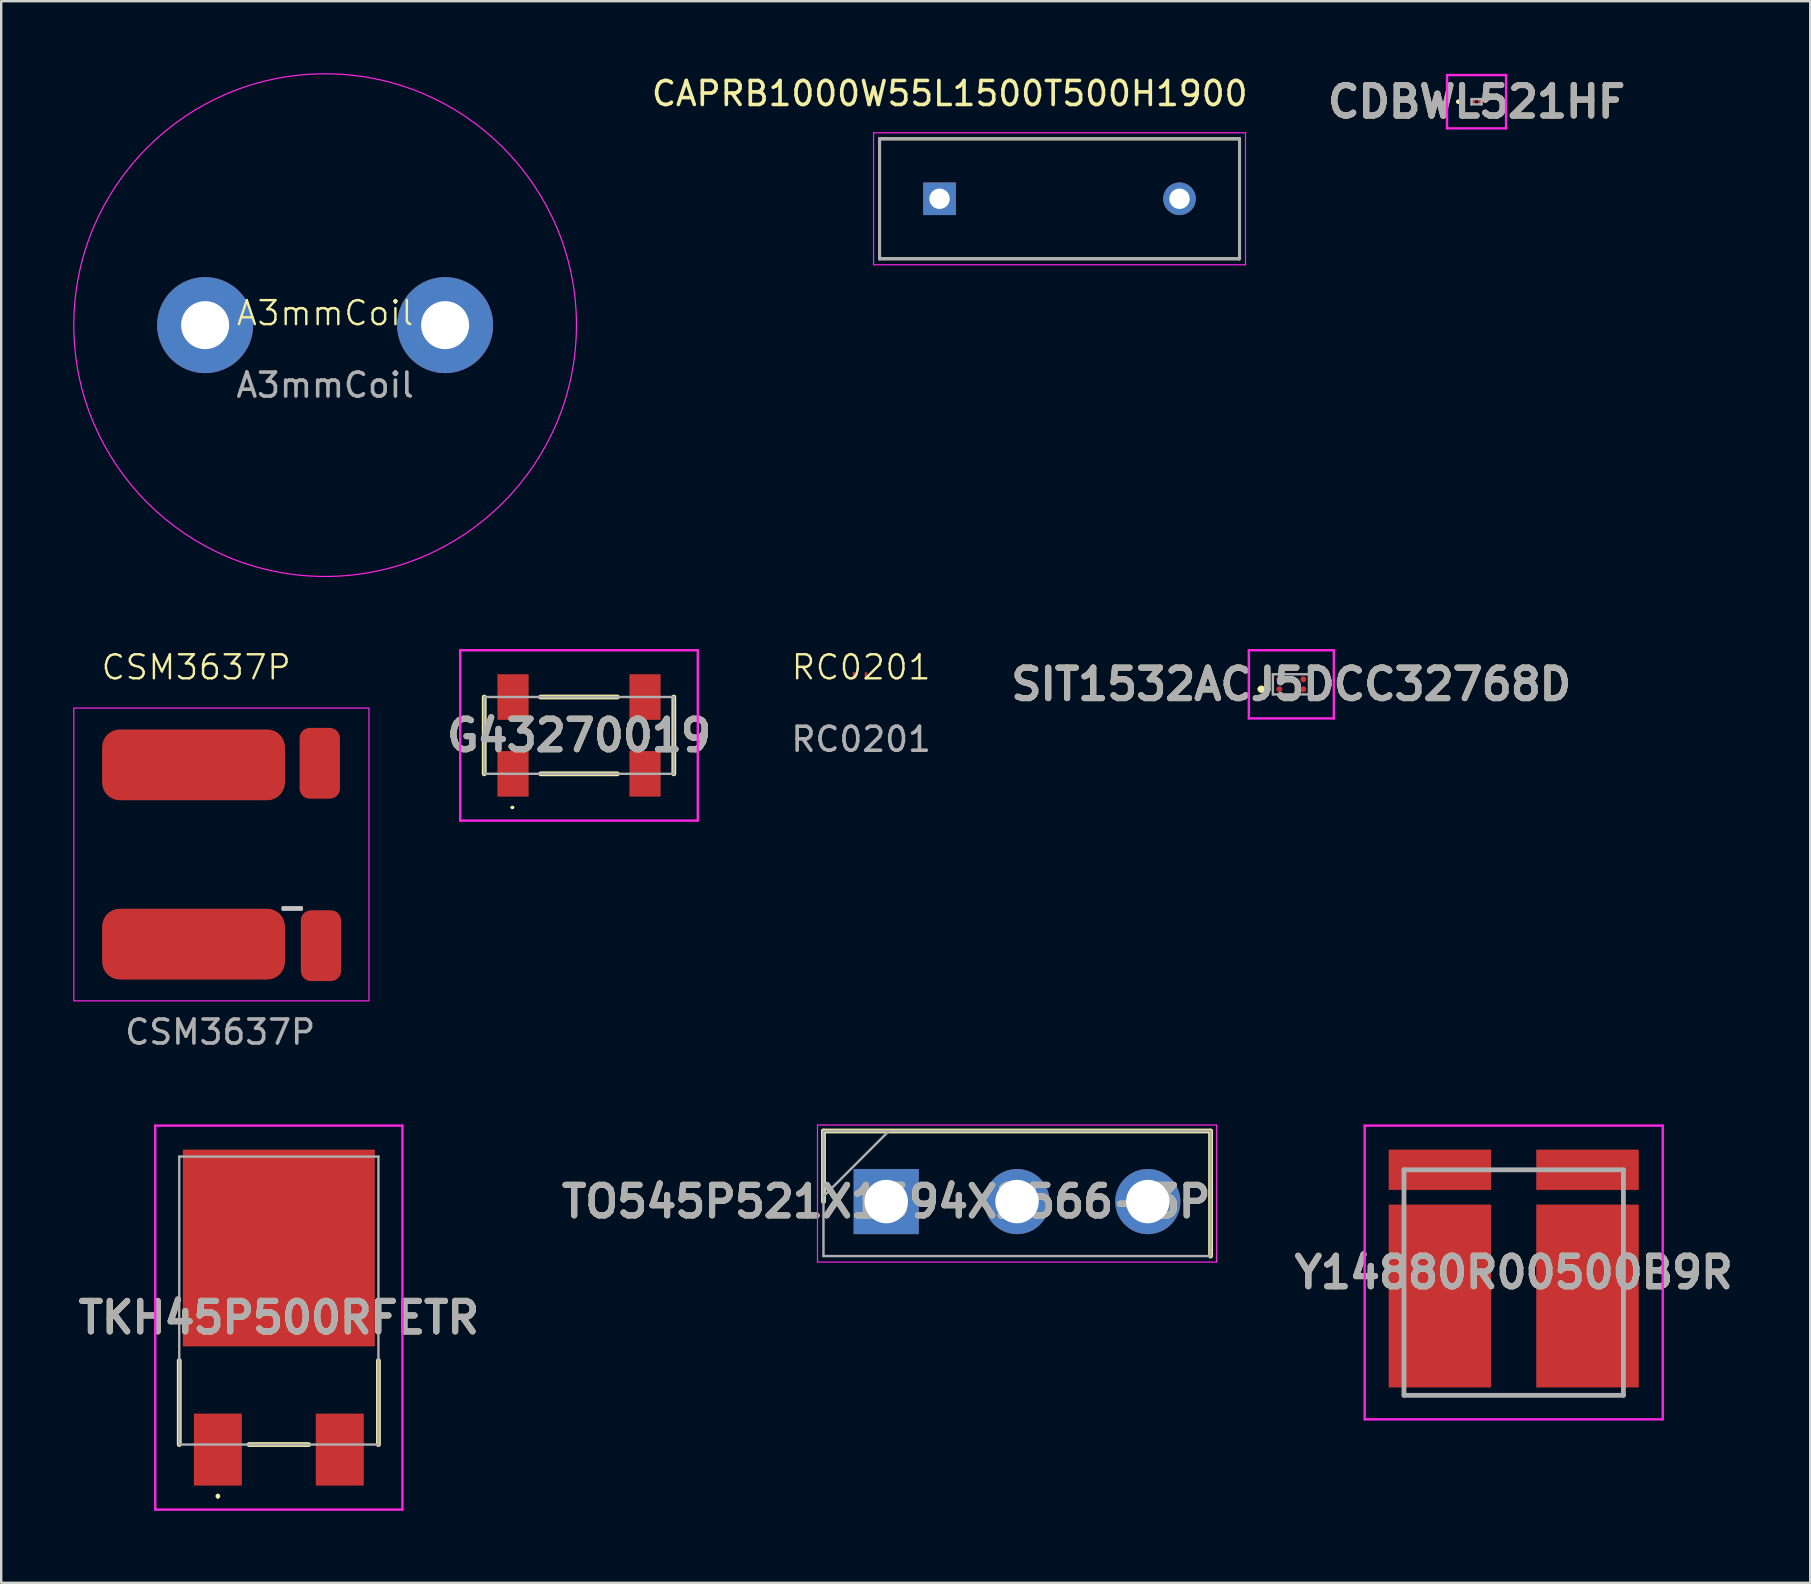
<source format=kicad_pcb>
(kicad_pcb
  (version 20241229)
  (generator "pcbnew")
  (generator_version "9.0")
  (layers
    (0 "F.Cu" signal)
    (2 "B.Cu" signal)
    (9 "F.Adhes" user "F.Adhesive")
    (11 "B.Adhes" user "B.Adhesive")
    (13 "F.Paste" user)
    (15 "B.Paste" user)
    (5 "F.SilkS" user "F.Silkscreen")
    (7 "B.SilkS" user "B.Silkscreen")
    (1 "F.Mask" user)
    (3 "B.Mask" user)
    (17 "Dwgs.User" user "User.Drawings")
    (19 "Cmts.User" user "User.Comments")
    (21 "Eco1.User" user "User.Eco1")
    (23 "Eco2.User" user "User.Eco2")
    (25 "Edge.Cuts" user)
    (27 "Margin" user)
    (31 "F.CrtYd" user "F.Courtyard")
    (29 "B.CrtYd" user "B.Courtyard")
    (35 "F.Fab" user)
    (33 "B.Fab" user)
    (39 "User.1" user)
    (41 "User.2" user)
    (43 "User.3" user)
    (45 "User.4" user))
  (footprint "SIT1532ACJ5DCC32768D"
    (layer "F.Cu")
    (at 50.759 25.465)
    (property "Reference" "SIT1532ACJ5DCC32768D" (at 0 0 0) (layer "F.SilkS") (effects (font (size 1.27 1.27) (thickness 0.254))))
    (attr smd)
    (fp_line (start -1.3 0.2) (end -1.3 0.2) (stroke (width 0.2) (type solid)) (layer "F.SilkS"))
    (fp_line (start -1.3 0.2) (end -1.3 0.2) (stroke (width 0.2) (type solid)) (layer "F.SilkS"))
    (fp_line (start -1.2 0.2) (end -1.2 0.2) (stroke (width 0.2) (type solid)) (layer "F.SilkS"))
    (fp_arc (start -1.3 0.2) (mid -1.25 0.15) (end -1.2 0.2) (stroke (width 0.2) (type solid)) (layer "F.SilkS"))
    (fp_arc (start -1.2 0.2) (mid -1.25 0.25) (end -1.3 0.2) (stroke (width 0.2) (type solid)) (layer "F.SilkS"))
    (fp_arc (start -1.2 0.2) (mid -1.25 0.25) (end -1.3 0.2) (stroke (width 0.2) (type solid)) (layer "F.SilkS"))
    (fp_line (start -1.77 -1.42) (end 1.77 -1.42) (stroke (width 0.1) (type solid)) (layer "F.CrtYd"))
    (fp_line (start -1.77 1.42) (end -1.77 -1.42) (stroke (width 0.1) (type solid)) (layer "F.CrtYd"))
    (fp_line (start 1.77 -1.42) (end 1.77 1.42) (stroke (width 0.1) (type solid)) (layer "F.CrtYd"))
    (fp_line (start 1.77 1.42) (end -1.77 1.42) (stroke (width 0.1) (type solid)) (layer "F.CrtYd"))
    (fp_line (start -0.77 -0.42) (end -0.77 0.42) (stroke (width 0.1) (type solid)) (layer "F.Fab"))
    (fp_line (start -0.77 0.42) (end 0.77 0.42) (stroke (width 0.1) (type solid)) (layer "F.Fab"))
    (fp_line (start 0.77 -0.42) (end -0.77 -0.42) (stroke (width 0.1) (type solid)) (layer "F.Fab"))
    (fp_line (start 0.77 0.42) (end 0.77 -0.42) (stroke (width 0.1) (type solid)) (layer "F.Fab"))
    (fp_text user "${REFERENCE}" (at 0 0 0) (layer "F.Fab") (effects (font (size 1.27 1.27) (thickness 0.254))))
    (pad "1" smd circle (at -0.5 0.205 90) (size 0.25 0.25) (layers "F.Cu" "F.Mask" "F.Paste"))
    (pad "2" smd circle (at 0.5 0.205 90) (size 0.25 0.25) (layers "F.Cu" "F.Mask" "F.Paste"))
    (pad "3" smd circle (at 0.5 -0.205 90) (size 0.25 0.25) (layers "F.Cu" "F.Mask" "F.Paste"))
    (pad "4" smd circle (at -0.5 -0.205 90) (size 0.25 0.25) (layers "F.Cu" "F.Mask" "F.Paste")))
  (footprint "RC0201"
    (layer "F.Cu")
    (at 32.834 25.256)
    (property "Reference" "RC0201" (at 0 -0.5 0) (unlocked yes) (layer "F.SilkS") (effects (font (size 1 1) (thickness 0.1))))
    (attr smd)
    (fp_text user "${REFERENCE}" (at 0 2.5 0) (unlocked yes) (layer "F.Fab") (effects (font (size 1 1) (thickness 0.15))))
    (pad "1" smd roundrect (at -0.3 -0.15) (size 0.1 0.3) (layers "F.Cu" "F.Mask" "F.Paste") (roundrect_rratio 0.25))
    (pad "2" smd roundrect (at 0.2 -0.15) (size 0.1 0.3) (layers "F.Cu" "F.Mask" "F.Paste") (roundrect_rratio 0.25)))
  (footprint "G43270019"
    (layer "F.Cu")
    (at 21.077 27.595)
    (property "Reference" "G43270019" (at 0 0 0) (layer "F.SilkS") (effects (font (size 1.27 1.27) (thickness 0.254))))
    (attr smd)
    (fp_line (start -3.95 1.6) (end -3.95 -1.6) (stroke (width 0.2) (type solid)) (layer "F.SilkS"))
    (fp_line (start -2.8 3) (end -2.8 3) (stroke (width 0.1) (type solid)) (layer "F.SilkS"))
    (fp_line (start -2.75 3) (end -2.75 3) (stroke (width 0.1) (type solid)) (layer "F.SilkS"))
    (fp_line (start -1.6 -1.6) (end 1.6 -1.6) (stroke (width 0.2) (type solid)) (layer "F.SilkS"))
    (fp_line (start -1.6 1.6) (end 1.6 1.6) (stroke (width 0.2) (type solid)) (layer "F.SilkS"))
    (fp_line (start 3.95 1.6) (end 3.95 -1.6) (stroke (width 0.2) (type solid)) (layer "F.SilkS"))
    (fp_arc (start -2.8 3) (mid -2.775 2.975) (end -2.75 3) (stroke (width 0.1) (type solid)) (layer "F.SilkS"))
    (fp_arc (start -2.75 3) (mid -2.775 3.025) (end -2.8 3) (stroke (width 0.1) (type solid)) (layer "F.SilkS"))
    (fp_line (start -4.95 -3.55) (end 4.95 -3.55) (stroke (width 0.1) (type solid)) (layer "F.CrtYd"))
    (fp_line (start -4.95 3.55) (end -4.95 -3.55) (stroke (width 0.1) (type solid)) (layer "F.CrtYd"))
    (fp_line (start 4.95 -3.55) (end 4.95 3.55) (stroke (width 0.1) (type solid)) (layer "F.CrtYd"))
    (fp_line (start 4.95 3.55) (end -4.95 3.55) (stroke (width 0.1) (type solid)) (layer "F.CrtYd"))
    (fp_line (start -3.95 -1.6) (end -3.95 1.6) (stroke (width 0.1) (type solid)) (layer "F.Fab"))
    (fp_line (start -3.95 1.6) (end 3.95 1.6) (stroke (width 0.1) (type solid)) (layer "F.Fab"))
    (fp_line (start 3.95 -1.6) (end -3.95 -1.6) (stroke (width 0.1) (type solid)) (layer "F.Fab"))
    (fp_line (start 3.95 1.6) (end 3.95 -1.6) (stroke (width 0.1) (type solid)) (layer "F.Fab"))
    (fp_text user "${REFERENCE}" (at 0 0 0) (layer "F.Fab") (effects (font (size 1.27 1.27) (thickness 0.254))))
    (pad "1" smd rect (at -2.75 1.6) (size 1.3 1.9) (layers "F.Cu" "F.Mask" "F.Paste"))
    (pad "2" smd rect (at 2.75 1.6) (size 1.3 1.9) (layers "F.Cu" "F.Mask" "F.Paste"))
    (pad "3" smd rect (at 2.75 -1.6) (size 1.3 1.9) (layers "F.Cu" "F.Mask" "F.Paste"))
    (pad "4" smd rect (at -2.75 -1.6) (size 1.3 1.9) (layers "F.Cu" "F.Mask" "F.Paste")))
  (footprint "TO545P521X1594X2566-3P"
    (layer "F.Cu")
    (at 33.879 47.019)
    (property "Reference" "TO545P521X1594X2566-3P" (at 0 0 0) (layer "F.SilkS") (effects (font (size 1.27 1.27) (thickness 0.254))))
    (attr through_hole)
    (fp_line (start -2.615 -2.94) (end -2.615 0) (stroke (width 0.2) (type solid)) (layer "F.SilkS"))
    (fp_line (start 13.515 -2.94) (end -2.615 -2.94) (stroke (width 0.2) (type solid)) (layer "F.SilkS"))
    (fp_line (start 13.515 2.27) (end 13.515 -2.94) (stroke (width 0.2) (type solid)) (layer "F.SilkS"))
    (fp_line (start -2.865 -3.19) (end 13.765 -3.19) (stroke (width 0.05) (type solid)) (layer "F.CrtYd"))
    (fp_line (start -2.865 2.52) (end -2.865 -3.19) (stroke (width 0.05) (type solid)) (layer "F.CrtYd"))
    (fp_line (start 13.765 -3.19) (end 13.765 2.52) (stroke (width 0.05) (type solid)) (layer "F.CrtYd"))
    (fp_line (start 13.765 2.52) (end -2.865 2.52) (stroke (width 0.05) (type solid)) (layer "F.CrtYd"))
    (fp_line (start -2.615 -2.94) (end 13.515 -2.94) (stroke (width 0.1) (type solid)) (layer "F.Fab"))
    (fp_line (start -2.615 -0.215) (end 0.11 -2.94) (stroke (width 0.1) (type solid)) (layer "F.Fab"))
    (fp_line (start -2.615 2.27) (end -2.615 -2.94) (stroke (width 0.1) (type solid)) (layer "F.Fab"))
    (fp_line (start 13.515 -2.94) (end 13.515 2.27) (stroke (width 0.1) (type solid)) (layer "F.Fab"))
    (fp_line (start 13.515 2.27) (end -2.615 2.27) (stroke (width 0.1) (type solid)) (layer "F.Fab"))
    (fp_text user "${REFERENCE}" (at 0 0 0) (layer "F.Fab") (effects (font (size 1.27 1.27) (thickness 0.254))))
    (pad "1" thru_hole rect (at 0 0) (size 2.715 2.715) (drill 1.81) (layers "*.Cu" "*.Mask"))
    (pad "2" thru_hole circle (at 5.45 0) (size 2.715 2.715) (drill 1.81) (layers "*.Cu" "*.Mask"))
    (pad "3" thru_hole circle (at 10.9 0) (size 2.715 2.715) (drill 1.81) (layers "*.Cu" "*.Mask")))
  (footprint "CAPRB1000W55L1500T500H1900"
    (layer "F.Cu")
    (at 41.1 5.233)
    (property "Reference" "CAPRB1000W55L1500T500H1900" (at -4.575 -4.385 0) (layer "F.SilkS") (effects (font (size 1 1) (thickness 0.15))))
    (attr through_hole)
    (fp_line (start -7.5 -2.5) (end -7.5 2.5) (stroke (width 0.127) (type solid)) (layer "F.SilkS"))
    (fp_line (start -7.5 2.5) (end 7.5 2.5) (stroke (width 0.127) (type solid)) (layer "F.SilkS"))
    (fp_line (start 7.5 -2.5) (end -7.5 -2.5) (stroke (width 0.127) (type solid)) (layer "F.SilkS"))
    (fp_line (start 7.5 2.5) (end 7.5 -2.5) (stroke (width 0.127) (type solid)) (layer "F.SilkS"))
    (fp_line (start -7.75 -2.75) (end -7.75 2.75) (stroke (width 0.05) (type solid)) (layer "F.CrtYd"))
    (fp_line (start -7.75 2.75) (end 7.75 2.75) (stroke (width 0.05) (type solid)) (layer "F.CrtYd"))
    (fp_line (start 7.75 -2.75) (end -7.75 -2.75) (stroke (width 0.05) (type solid)) (layer "F.CrtYd"))
    (fp_line (start 7.75 2.75) (end 7.75 -2.75) (stroke (width 0.05) (type solid)) (layer "F.CrtYd"))
    (fp_line (start -7.5 -2.5) (end -7.5 2.5) (stroke (width 0.127) (type solid)) (layer "F.Fab"))
    (fp_line (start -7.5 2.5) (end 7.5 2.5) (stroke (width 0.127) (type solid)) (layer "F.Fab"))
    (fp_line (start 7.5 -2.5) (end -7.5 -2.5) (stroke (width 0.127) (type solid)) (layer "F.Fab"))
    (fp_line (start 7.5 2.5) (end 7.5 -2.5) (stroke (width 0.127) (type solid)) (layer "F.Fab"))
    (pad "1" thru_hole rect (at -5 0) (size 1.358 1.358) (drill 0.85) (layers "*.Cu" "*.Mask"))
    (pad "2" thru_hole circle (at 5 0) (size 1.358 1.358) (drill 0.85) (layers "*.Cu" "*.Mask")))
  (footprint "A3mmCoil"
    (layer "F.Cu")
    (at 10.498 10.498)
    (property "Reference" "A3mmCoil" (at 0 -0.5 0) (unlocked yes) (layer "F.SilkS") (effects (font (size 1 1) (thickness 0.1))))
    (attr through_hole)
    (fp_circle (center 0 0) (end 10.16 -2.54) (stroke (width 0.05) (type default)) (fill no) (layer "F.CrtYd"))
    (fp_text user "${REFERENCE}" (at 0 2.5 0) (unlocked yes) (layer "F.Fab") (effects (font (size 1 1) (thickness 0.15))))
    (pad "1" thru_hole circle (at -5 0) (size 4 4) (drill 2) (layers "*.Cu" "*.Mask"))
    (pad "2" thru_hole circle (at 5 0) (size 4 4) (drill 2) (layers "*.Cu" "*.Mask")))
  (footprint "CDBWL521HF"
    (layer "F.Cu")
    (at 58.477 1.189)
    (property "Reference" "CDBWL521HF" (at 0 0 0) (layer "F.SilkS") (effects (font (size 1.27 1.27) (thickness 0.254))))
    (attr smd)
    (fp_line (start -0.8 0) (end -0.8 0) (stroke (width 0.1) (type solid)) (layer "F.SilkS"))
    (fp_line (start -0.7 0) (end -0.7 0) (stroke (width 0.1) (type solid)) (layer "F.SilkS"))
    (fp_arc (start -0.8 0) (mid -0.75 -0.05) (end -0.7 0) (stroke (width 0.1) (type solid)) (layer "F.SilkS"))
    (fp_arc (start -0.7 0) (mid -0.75 0.05) (end -0.8 0) (stroke (width 0.1) (type solid)) (layer "F.SilkS"))
    (fp_line (start -1.23 -1.11) (end 1.23 -1.11) (stroke (width 0.1) (type solid)) (layer "F.CrtYd"))
    (fp_line (start -1.23 1.11) (end -1.23 -1.11) (stroke (width 0.1) (type solid)) (layer "F.CrtYd"))
    (fp_line (start 1.23 -1.11) (end 1.23 1.11) (stroke (width 0.1) (type solid)) (layer "F.CrtYd"))
    (fp_line (start 1.23 1.11) (end -1.23 1.11) (stroke (width 0.1) (type solid)) (layer "F.CrtYd"))
    (fp_line (start -0.21 -0.11) (end 0.21 -0.11) (stroke (width 0.1) (type solid)) (layer "F.Fab"))
    (fp_line (start -0.21 0.11) (end -0.21 -0.11) (stroke (width 0.1) (type solid)) (layer "F.Fab"))
    (fp_line (start 0.21 -0.11) (end 0.21 0.11) (stroke (width 0.1) (type solid)) (layer "F.Fab"))
    (fp_line (start 0.21 0.11) (end -0.21 0.11) (stroke (width 0.1) (type solid)) (layer "F.Fab"))
    (fp_text user "${REFERENCE}" (at 0 0 0) (layer "F.Fab") (effects (font (size 1.27 1.27) (thickness 0.254))))
    (pad "1" smd rect (at -0.145 0 90) (size 0.17 0.17) (layers "F.Cu" "F.Mask" "F.Paste"))
    (pad "2" smd rect (at 0.145 0 90) (size 0.17 0.17) (layers "F.Cu" "F.Mask" "F.Paste")))
  (footprint "CSM3637P"
    (layer "F.Cu")
    (at 8.825 32.556)
    (property "Reference" "CSM3637P" (at -3.7 -7.8 0) (unlocked yes) (layer "F.SilkS") (effects (font (size 1 1) (thickness 0.1))))
    (attr smd)
    (fp_rect (start -0.1 2.2) (end 0.7 2.3) (stroke (width 0.1) (type default)) (fill no) (layer "Dwgs.User"))
    (fp_rect (start -8.8 -6.1) (end 3.5 6.1) (stroke (width 0.05) (type default)) (fill no) (layer "F.CrtYd"))
    (fp_text user "${REFERENCE}" (at -2.7 7.4 0) (unlocked yes) (layer "F.Fab") (effects (font (size 1 1) (thickness 0.15))))
    (pad "1" smd roundrect (at -3.81 -3.735) (size 7.62 2.95) (layers "F.Cu" "F.Mask" "F.Paste") (roundrect_rratio 0.25))
    (pad "1" smd roundrect (at 1.45 -3.8) (size 1.68 2.95) (layers "F.Cu" "F.Mask" "F.Paste") (roundrect_rratio 0.25))
    (pad "2" smd roundrect (at -3.81 3.735) (size 7.62 2.95) (layers "F.Cu" "F.Mask" "F.Paste") (roundrect_rratio 0.25))
    (pad "2" smd roundrect (at 1.5 3.8) (size 1.68 2.95) (layers "F.Cu" "F.Mask" "F.Paste") (roundrect_rratio 0.25)))
  (footprint "Y14880R00500B9R"
    (layer "F.Cu")
    (at 60.025 50.393)
    (property "Reference" "Y14880R00500B9R" (at 0 -0.42 0) (layer "F.SilkS") (effects (font (size 1.27 1.27) (thickness 0.254))))
    (attr smd)
    (fp_line (start -3.8 4.699) (end 3.6 4.699) (stroke (width 0.1) (type solid)) (layer "F.SilkS"))
    (fp_line (start -0.6 -4.699) (end 0.2 -4.699) (stroke (width 0.1) (type solid)) (layer "F.SilkS"))
    (fp_line (start -6.21 -6.539) (end 6.21 -6.539) (stroke (width 0.1) (type solid)) (layer "F.CrtYd"))
    (fp_line (start -6.21 5.699) (end -6.21 -6.539) (stroke (width 0.1) (type solid)) (layer "F.CrtYd"))
    (fp_line (start 6.21 -6.539) (end 6.21 5.699) (stroke (width 0.1) (type solid)) (layer "F.CrtYd"))
    (fp_line (start 6.21 5.699) (end -6.21 5.699) (stroke (width 0.1) (type solid)) (layer "F.CrtYd"))
    (fp_line (start -4.572 -4.699) (end 4.572 -4.699) (stroke (width 0.2) (type solid)) (layer "F.Fab"))
    (fp_line (start -4.572 4.699) (end -4.572 -4.699) (stroke (width 0.2) (type solid)) (layer "F.Fab"))
    (fp_line (start 4.572 -4.699) (end 4.572 4.699) (stroke (width 0.2) (type solid)) (layer "F.Fab"))
    (fp_line (start 4.572 4.699) (end -4.572 4.699) (stroke (width 0.2) (type solid)) (layer "F.Fab"))
    (fp_text user "${REFERENCE}" (at 0 -0.42 0) (layer "F.Fab") (effects (font (size 1.27 1.27) (thickness 0.254))))
    (pad "1" smd rect (at -3.075 0.561) (size 4.27 7.62) (layers "F.Cu" "F.Mask" "F.Paste"))
    (pad "2" smd rect (at 3.075 0.561) (size 4.27 7.62) (layers "F.Cu" "F.Mask" "F.Paste"))
    (pad "3" smd rect (at -3.075 -4.699 90) (size 1.68 4.27) (layers "F.Cu" "F.Mask" "F.Paste"))
    (pad "4" smd rect (at 3.075 -4.699 90) (size 1.68 4.27) (layers "F.Cu" "F.Mask" "F.Paste")))
  (footprint "TKH45P500RFETR"
    (layer "F.Cu")
    (at 8.569 51.144)
    (property "Reference" "TKH45P500RFETR" (at 0 0.71 0) (layer "F.SilkS") (effects (font (size 1.27 1.27) (thickness 0.254))))
    (attr smd)
    (fp_line (start -4.15 2.5) (end -4.15 6) (stroke (width 0.2) (type solid)) (layer "F.SilkS"))
    (fp_line (start -2.54 8.1) (end -2.54 8.1) (stroke (width 0.1) (type solid)) (layer "F.SilkS"))
    (fp_line (start -2.54 8.2) (end -2.54 8.2) (stroke (width 0.1) (type solid)) (layer "F.SilkS"))
    (fp_line (start -1.245 6) (end 1.245 6) (stroke (width 0.2) (type solid)) (layer "F.SilkS"))
    (fp_line (start 4.15 6) (end 4.15 2.5) (stroke (width 0.2) (type solid)) (layer "F.SilkS"))
    (fp_arc (start -2.54 8.1) (mid -2.49 8.15) (end -2.54 8.2) (stroke (width 0.1) (type solid)) (layer "F.SilkS"))
    (fp_arc (start -2.54 8.2) (mid -2.59 8.15) (end -2.54 8.1) (stroke (width 0.1) (type solid)) (layer "F.SilkS"))
    (fp_line (start -5.15 -7.29) (end 5.15 -7.29) (stroke (width 0.1) (type solid)) (layer "F.CrtYd"))
    (fp_line (start -5.15 8.71) (end -5.15 -7.29) (stroke (width 0.1) (type solid)) (layer "F.CrtYd"))
    (fp_line (start 5.15 -7.29) (end 5.15 8.71) (stroke (width 0.1) (type solid)) (layer "F.CrtYd"))
    (fp_line (start 5.15 8.71) (end -5.15 8.71) (stroke (width 0.1) (type solid)) (layer "F.CrtYd"))
    (fp_line (start -4.15 -6) (end 4.15 -6) (stroke (width 0.1) (type solid)) (layer "F.Fab"))
    (fp_line (start -4.15 6) (end -4.15 -6) (stroke (width 0.1) (type solid)) (layer "F.Fab"))
    (fp_line (start 4.15 -6) (end 4.15 6) (stroke (width 0.1) (type solid)) (layer "F.Fab"))
    (fp_line (start 4.15 6) (end -4.15 6) (stroke (width 0.1) (type solid)) (layer "F.Fab"))
    (fp_text user "${REFERENCE}" (at 0 0.71 0) (layer "F.Fab") (effects (font (size 1.27 1.27) (thickness 0.254))))
    (pad "1" smd rect (at -2.54 6.21) (size 2 3) (layers "F.Cu" "F.Mask" "F.Paste"))
    (pad "2" smd rect (at 2.54 6.21) (size 2 3) (layers "F.Cu" "F.Mask" "F.Paste"))
    (pad "3" smd rect (at 0 -2.19) (size 8 8.2) (layers "F.Cu" "F.Mask" "F.Paste")))
  (gr_rect
    (start -3 -3)
    (end 72.38 62.904)
    (stroke (width 0.1) (type default))
    (fill no)
    (layer "Edge.Cuts")))
</source>
